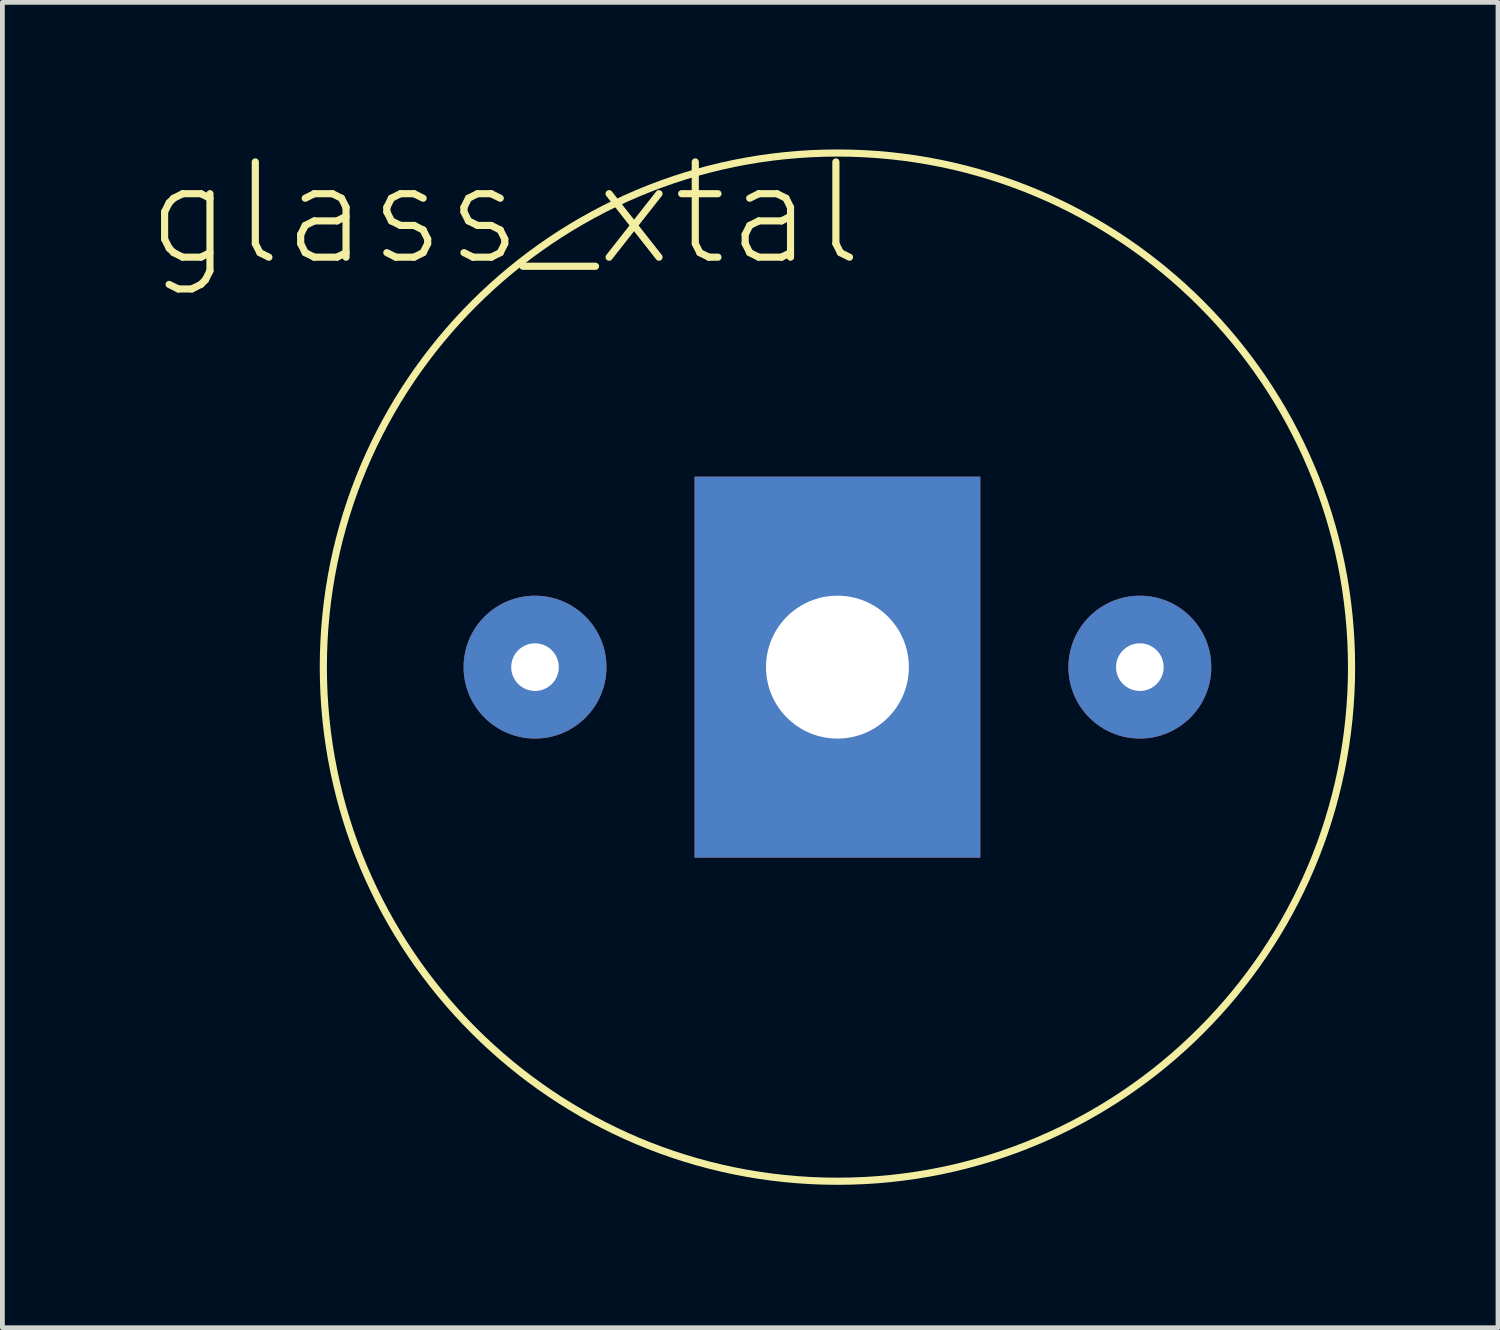
<source format=kicad_pcb>
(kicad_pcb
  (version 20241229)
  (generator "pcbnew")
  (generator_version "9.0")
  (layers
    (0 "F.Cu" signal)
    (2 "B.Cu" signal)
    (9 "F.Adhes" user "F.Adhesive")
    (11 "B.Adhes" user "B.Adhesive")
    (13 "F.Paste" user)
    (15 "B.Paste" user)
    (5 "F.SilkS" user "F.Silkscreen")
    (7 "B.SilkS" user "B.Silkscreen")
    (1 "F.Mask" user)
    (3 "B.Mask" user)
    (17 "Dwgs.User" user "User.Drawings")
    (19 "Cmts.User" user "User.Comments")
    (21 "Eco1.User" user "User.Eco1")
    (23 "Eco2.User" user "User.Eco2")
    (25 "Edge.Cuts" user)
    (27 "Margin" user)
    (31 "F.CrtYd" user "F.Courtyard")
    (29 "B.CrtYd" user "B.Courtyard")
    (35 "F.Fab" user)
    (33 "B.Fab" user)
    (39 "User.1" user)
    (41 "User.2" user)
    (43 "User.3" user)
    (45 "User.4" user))
  (footprint "glass_xtal"
    (layer "F.Cu")
    (at 14.534 10.958)
    (property "Reference" "glass_xtal" (at -6.985 -9.525 0) (layer "F.SilkS") (effects (font (size 2 2) (thickness 0.15))))
    (attr through_hole)
    (fp_circle (center 0 0) (end 10.795 0) (stroke (width 0.15) (type solid)) (fill no) (layer "F.SilkS"))
    (pad "1" thru_hole circle (at 6.35 0) (size 3 3) (drill 1) (layers "*.Cu" "*.Mask"))
    (pad "2" thru_hole circle (at -6.35 0) (size 3 3) (drill 1) (layers "*.Cu" "*.Mask"))
    (pad "3" thru_hole rect (at 0 0) (size 6 8) (drill 3) (layers "*.Cu" "*.Mask")))
  (gr_rect
    (start -3 -3)
    (end 28.404 24.828)
    (stroke (width 0.1) (type default))
    (fill no)
    (layer "Edge.Cuts")))
</source>
